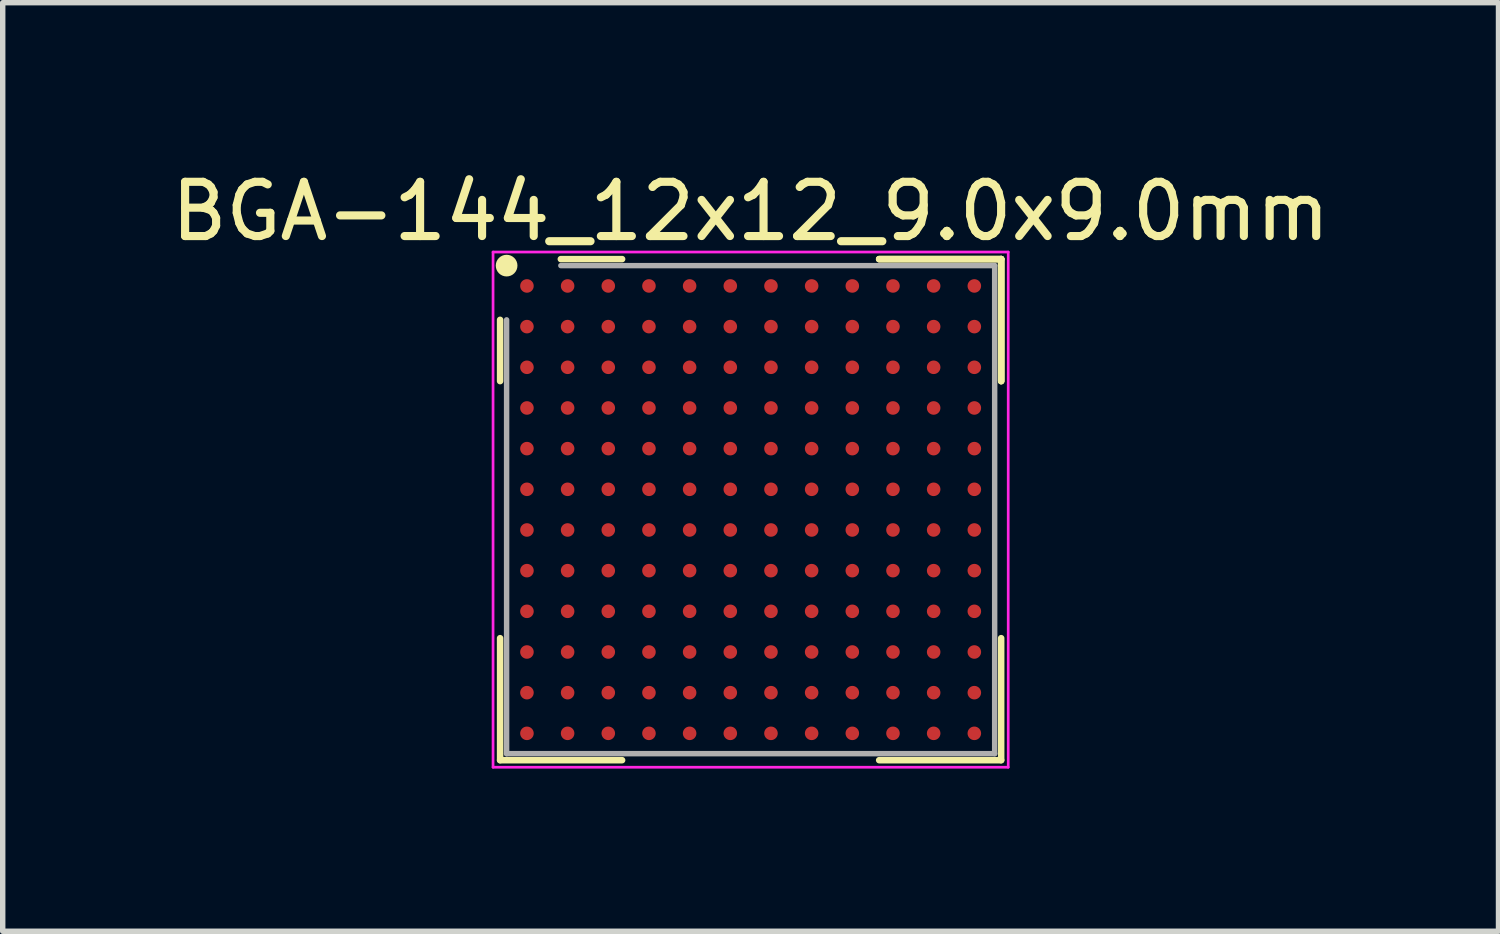
<source format=kicad_pcb>
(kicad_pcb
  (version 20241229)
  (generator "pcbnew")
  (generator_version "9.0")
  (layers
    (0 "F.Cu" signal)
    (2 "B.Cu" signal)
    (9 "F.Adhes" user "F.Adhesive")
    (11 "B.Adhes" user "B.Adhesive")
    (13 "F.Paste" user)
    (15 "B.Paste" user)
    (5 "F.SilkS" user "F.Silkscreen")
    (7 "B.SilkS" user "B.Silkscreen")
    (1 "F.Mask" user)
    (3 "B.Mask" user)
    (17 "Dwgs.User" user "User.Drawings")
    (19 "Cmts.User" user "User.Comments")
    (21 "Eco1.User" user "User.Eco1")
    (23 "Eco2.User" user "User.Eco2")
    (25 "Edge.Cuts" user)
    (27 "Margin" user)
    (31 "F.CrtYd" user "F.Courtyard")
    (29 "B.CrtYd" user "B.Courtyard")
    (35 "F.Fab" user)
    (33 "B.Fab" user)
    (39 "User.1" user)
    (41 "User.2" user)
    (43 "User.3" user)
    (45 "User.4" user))
  (footprint "BGA-144_12x12_9.0x9.0mm"
    (layer "F.Cu")
    (at 10.792 6.348)
    (property "Reference" "BGA-144_12x12_9.0x9.0mm" (at 0 -5.5 0) (layer "F.SilkS") (effects (font (size 1 1) (thickness 0.15))))
    (attr smd)
    (fp_line (start -4.62 -3.5) (end -4.62 -2.37) (stroke (width 0.12) (type solid)) (layer "F.SilkS"))
    (fp_line (start -4.62 4.62) (end -4.62 2.37) (stroke (width 0.12) (type solid)) (layer "F.SilkS"))
    (fp_line (start -2.37 -4.62) (end -3.5 -4.62) (stroke (width 0.12) (type solid)) (layer "F.SilkS"))
    (fp_line (start -2.37 4.62) (end -4.62 4.62) (stroke (width 0.12) (type solid)) (layer "F.SilkS"))
    (fp_line (start 2.37 -4.62) (end 4.62 -4.62) (stroke (width 0.12) (type solid)) (layer "F.SilkS"))
    (fp_line (start 2.37 -4.62) (end 4.62 -4.62) (stroke (width 0.12) (type solid)) (layer "F.SilkS"))
    (fp_line (start 2.37 -4.62) (end 4.62 -4.62) (stroke (width 0.12) (type solid)) (layer "F.SilkS"))
    (fp_line (start 2.37 4.62) (end 4.62 4.62) (stroke (width 0.12) (type solid)) (layer "F.SilkS"))
    (fp_line (start 4.62 -4.62) (end 4.62 -2.37) (stroke (width 0.12) (type solid)) (layer "F.SilkS"))
    (fp_line (start 4.62 -4.62) (end 4.62 -2.37) (stroke (width 0.12) (type solid)) (layer "F.SilkS"))
    (fp_line (start 4.62 -4.62) (end 4.62 -2.37) (stroke (width 0.12) (type solid)) (layer "F.SilkS"))
    (fp_line (start 4.62 4.62) (end 4.62 2.37) (stroke (width 0.12) (type solid)) (layer "F.SilkS"))
    (fp_circle (center -4.5 -4.5) (end -4.5 -4.4) (stroke (width 0.2) (type solid)) (fill no) (layer "F.SilkS"))
    (fp_line (start -4.75 -4.75) (end 4.75 -4.75) (stroke (width 0.05) (type solid)) (layer "F.CrtYd"))
    (fp_line (start -4.75 4.75) (end -4.75 -4.75) (stroke (width 0.05) (type solid)) (layer "F.CrtYd"))
    (fp_line (start 4.75 -4.75) (end 4.75 4.75) (stroke (width 0.05) (type solid)) (layer "F.CrtYd"))
    (fp_line (start 4.75 4.75) (end -4.75 4.75) (stroke (width 0.05) (type solid)) (layer "F.CrtYd"))
    (fp_line (start -4.5 -3.5) (end -4.5 4.5) (stroke (width 0.1) (type solid)) (layer "F.Fab"))
    (fp_line (start -4.5 4.5) (end 4.5 4.5) (stroke (width 0.1) (type solid)) (layer "F.Fab"))
    (fp_line (start 4.5 -4.5) (end -3.5 -4.5) (stroke (width 0.1) (type solid)) (layer "F.Fab"))
    (fp_line (start 4.5 4.5) (end 4.5 -4.5) (stroke (width 0.1) (type solid)) (layer "F.Fab"))
    (pad "A1" smd circle (at -4.125 -4.125) (size 0.25 0.25) (layers "F.Cu" "F.Mask" "F.Paste"))
    (pad "A2" smd circle (at -3.375 -4.125) (size 0.25 0.25) (layers "F.Cu" "F.Mask" "F.Paste"))
    (pad "A3" smd circle (at -2.625 -4.125) (size 0.25 0.25) (layers "F.Cu" "F.Mask" "F.Paste"))
    (pad "A4" smd circle (at -1.875 -4.125) (size 0.25 0.25) (layers "F.Cu" "F.Mask" "F.Paste"))
    (pad "A5" smd circle (at -1.125 -4.125) (size 0.25 0.25) (layers "F.Cu" "F.Mask" "F.Paste"))
    (pad "A6" smd circle (at -0.375 -4.125) (size 0.25 0.25) (layers "F.Cu" "F.Mask" "F.Paste"))
    (pad "A7" smd circle (at 0.375 -4.125) (size 0.25 0.25) (layers "F.Cu" "F.Mask" "F.Paste"))
    (pad "A8" smd circle (at 1.125 -4.125) (size 0.25 0.25) (layers "F.Cu" "F.Mask" "F.Paste"))
    (pad "A9" smd circle (at 1.875 -4.125) (size 0.25 0.25) (layers "F.Cu" "F.Mask" "F.Paste"))
    (pad "A10" smd circle (at 2.625 -4.125) (size 0.25 0.25) (layers "F.Cu" "F.Mask" "F.Paste"))
    (pad "A11" smd circle (at 3.375 -4.125) (size 0.25 0.25) (layers "F.Cu" "F.Mask" "F.Paste"))
    (pad "A12" smd circle (at 4.125 -4.125) (size 0.25 0.25) (layers "F.Cu" "F.Mask" "F.Paste"))
    (pad "B1" smd circle (at -4.125 -3.375) (size 0.25 0.25) (layers "F.Cu" "F.Mask" "F.Paste"))
    (pad "B2" smd circle (at -3.375 -3.375) (size 0.25 0.25) (layers "F.Cu" "F.Mask" "F.Paste"))
    (pad "B3" smd circle (at -2.625 -3.375) (size 0.25 0.25) (layers "F.Cu" "F.Mask" "F.Paste"))
    (pad "B4" smd circle (at -1.875 -3.375) (size 0.25 0.25) (layers "F.Cu" "F.Mask" "F.Paste"))
    (pad "B5" smd circle (at -1.125 -3.375) (size 0.25 0.25) (layers "F.Cu" "F.Mask" "F.Paste"))
    (pad "B6" smd circle (at -0.375 -3.375) (size 0.25 0.25) (layers "F.Cu" "F.Mask" "F.Paste"))
    (pad "B7" smd circle (at 0.375 -3.375) (size 0.25 0.25) (layers "F.Cu" "F.Mask" "F.Paste"))
    (pad "B8" smd circle (at 1.125 -3.375) (size 0.25 0.25) (layers "F.Cu" "F.Mask" "F.Paste"))
    (pad "B9" smd circle (at 1.875 -3.375) (size 0.25 0.25) (layers "F.Cu" "F.Mask" "F.Paste"))
    (pad "B10" smd circle (at 2.625 -3.375) (size 0.25 0.25) (layers "F.Cu" "F.Mask" "F.Paste"))
    (pad "B11" smd circle (at 3.375 -3.375) (size 0.25 0.25) (layers "F.Cu" "F.Mask" "F.Paste"))
    (pad "B12" smd circle (at 4.125 -3.375) (size 0.25 0.25) (layers "F.Cu" "F.Mask" "F.Paste"))
    (pad "C1" smd circle (at -4.125 -2.625) (size 0.25 0.25) (layers "F.Cu" "F.Mask" "F.Paste"))
    (pad "C2" smd circle (at -3.375 -2.625) (size 0.25 0.25) (layers "F.Cu" "F.Mask" "F.Paste"))
    (pad "C3" smd circle (at -2.625 -2.625) (size 0.25 0.25) (layers "F.Cu" "F.Mask" "F.Paste"))
    (pad "C4" smd circle (at -1.875 -2.625) (size 0.25 0.25) (layers "F.Cu" "F.Mask" "F.Paste"))
    (pad "C5" smd circle (at -1.125 -2.625) (size 0.25 0.25) (layers "F.Cu" "F.Mask" "F.Paste"))
    (pad "C6" smd circle (at -0.375 -2.625) (size 0.25 0.25) (layers "F.Cu" "F.Mask" "F.Paste"))
    (pad "C7" smd circle (at 0.375 -2.625) (size 0.25 0.25) (layers "F.Cu" "F.Mask" "F.Paste"))
    (pad "C8" smd circle (at 1.125 -2.625) (size 0.25 0.25) (layers "F.Cu" "F.Mask" "F.Paste"))
    (pad "C9" smd circle (at 1.875 -2.625) (size 0.25 0.25) (layers "F.Cu" "F.Mask" "F.Paste"))
    (pad "C10" smd circle (at 2.625 -2.625) (size 0.25 0.25) (layers "F.Cu" "F.Mask" "F.Paste"))
    (pad "C11" smd circle (at 3.375 -2.625) (size 0.25 0.25) (layers "F.Cu" "F.Mask" "F.Paste"))
    (pad "C12" smd circle (at 4.125 -2.625) (size 0.25 0.25) (layers "F.Cu" "F.Mask" "F.Paste"))
    (pad "D1" smd circle (at -4.125 -1.875) (size 0.25 0.25) (layers "F.Cu" "F.Mask" "F.Paste"))
    (pad "D2" smd circle (at -3.375 -1.875) (size 0.25 0.25) (layers "F.Cu" "F.Mask" "F.Paste"))
    (pad "D3" smd circle (at -2.625 -1.875) (size 0.25 0.25) (layers "F.Cu" "F.Mask" "F.Paste"))
    (pad "D4" smd circle (at -1.875 -1.875) (size 0.25 0.25) (layers "F.Cu" "F.Mask" "F.Paste"))
    (pad "D5" smd circle (at -1.125 -1.875) (size 0.25 0.25) (layers "F.Cu" "F.Mask" "F.Paste"))
    (pad "D6" smd circle (at -0.375 -1.875) (size 0.25 0.25) (layers "F.Cu" "F.Mask" "F.Paste"))
    (pad "D7" smd circle (at 0.375 -1.875) (size 0.25 0.25) (layers "F.Cu" "F.Mask" "F.Paste"))
    (pad "D8" smd circle (at 1.125 -1.875) (size 0.25 0.25) (layers "F.Cu" "F.Mask" "F.Paste"))
    (pad "D9" smd circle (at 1.875 -1.875) (size 0.25 0.25) (layers "F.Cu" "F.Mask" "F.Paste"))
    (pad "D10" smd circle (at 2.625 -1.875) (size 0.25 0.25) (layers "F.Cu" "F.Mask" "F.Paste"))
    (pad "D11" smd circle (at 3.375 -1.875) (size 0.25 0.25) (layers "F.Cu" "F.Mask" "F.Paste"))
    (pad "D12" smd circle (at 4.125 -1.875) (size 0.25 0.25) (layers "F.Cu" "F.Mask" "F.Paste"))
    (pad "E1" smd circle (at -4.125 -1.125) (size 0.25 0.25) (layers "F.Cu" "F.Mask" "F.Paste"))
    (pad "E2" smd circle (at -3.375 -1.125) (size 0.25 0.25) (layers "F.Cu" "F.Mask" "F.Paste"))
    (pad "E3" smd circle (at -2.625 -1.125) (size 0.25 0.25) (layers "F.Cu" "F.Mask" "F.Paste"))
    (pad "E4" smd circle (at -1.875 -1.125) (size 0.25 0.25) (layers "F.Cu" "F.Mask" "F.Paste"))
    (pad "E5" smd circle (at -1.125 -1.125) (size 0.25 0.25) (layers "F.Cu" "F.Mask" "F.Paste"))
    (pad "E6" smd circle (at -0.375 -1.125) (size 0.25 0.25) (layers "F.Cu" "F.Mask" "F.Paste"))
    (pad "E7" smd circle (at 0.375 -1.125) (size 0.25 0.25) (layers "F.Cu" "F.Mask" "F.Paste"))
    (pad "E8" smd circle (at 1.125 -1.125) (size 0.25 0.25) (layers "F.Cu" "F.Mask" "F.Paste"))
    (pad "E9" smd circle (at 1.875 -1.125) (size 0.25 0.25) (layers "F.Cu" "F.Mask" "F.Paste"))
    (pad "E10" smd circle (at 2.625 -1.125) (size 0.25 0.25) (layers "F.Cu" "F.Mask" "F.Paste"))
    (pad "E11" smd circle (at 3.375 -1.125) (size 0.25 0.25) (layers "F.Cu" "F.Mask" "F.Paste"))
    (pad "E12" smd circle (at 4.125 -1.125) (size 0.25 0.25) (layers "F.Cu" "F.Mask" "F.Paste"))
    (pad "F1" smd circle (at -4.125 -0.375) (size 0.25 0.25) (layers "F.Cu" "F.Mask" "F.Paste"))
    (pad "F2" smd circle (at -3.375 -0.375) (size 0.25 0.25) (layers "F.Cu" "F.Mask" "F.Paste"))
    (pad "F3" smd circle (at -2.625 -0.375) (size 0.25 0.25) (layers "F.Cu" "F.Mask" "F.Paste"))
    (pad "F4" smd circle (at -1.875 -0.375) (size 0.25 0.25) (layers "F.Cu" "F.Mask" "F.Paste"))
    (pad "F5" smd circle (at -1.125 -0.375) (size 0.25 0.25) (layers "F.Cu" "F.Mask" "F.Paste"))
    (pad "F6" smd circle (at -0.375 -0.375) (size 0.25 0.25) (layers "F.Cu" "F.Mask" "F.Paste"))
    (pad "F7" smd circle (at 0.375 -0.375) (size 0.25 0.25) (layers "F.Cu" "F.Mask" "F.Paste"))
    (pad "F8" smd circle (at 1.125 -0.375) (size 0.25 0.25) (layers "F.Cu" "F.Mask" "F.Paste"))
    (pad "F9" smd circle (at 1.875 -0.375) (size 0.25 0.25) (layers "F.Cu" "F.Mask" "F.Paste"))
    (pad "F10" smd circle (at 2.625 -0.375) (size 0.25 0.25) (layers "F.Cu" "F.Mask" "F.Paste"))
    (pad "F11" smd circle (at 3.375 -0.375) (size 0.25 0.25) (layers "F.Cu" "F.Mask" "F.Paste"))
    (pad "F12" smd circle (at 4.125 -0.375) (size 0.25 0.25) (layers "F.Cu" "F.Mask" "F.Paste"))
    (pad "G1" smd circle (at -4.125 0.375) (size 0.25 0.25) (layers "F.Cu" "F.Mask" "F.Paste"))
    (pad "G2" smd circle (at -3.375 0.375) (size 0.25 0.25) (layers "F.Cu" "F.Mask" "F.Paste"))
    (pad "G3" smd circle (at -2.625 0.375) (size 0.25 0.25) (layers "F.Cu" "F.Mask" "F.Paste"))
    (pad "G4" smd circle (at -1.875 0.375) (size 0.25 0.25) (layers "F.Cu" "F.Mask" "F.Paste"))
    (pad "G5" smd circle (at -1.125 0.375) (size 0.25 0.25) (layers "F.Cu" "F.Mask" "F.Paste"))
    (pad "G6" smd circle (at -0.375 0.375) (size 0.25 0.25) (layers "F.Cu" "F.Mask" "F.Paste"))
    (pad "G7" smd circle (at 0.375 0.375) (size 0.25 0.25) (layers "F.Cu" "F.Mask" "F.Paste"))
    (pad "G8" smd circle (at 1.125 0.375) (size 0.25 0.25) (layers "F.Cu" "F.Mask" "F.Paste"))
    (pad "G9" smd circle (at 1.875 0.375) (size 0.25 0.25) (layers "F.Cu" "F.Mask" "F.Paste"))
    (pad "G10" smd circle (at 2.625 0.375) (size 0.25 0.25) (layers "F.Cu" "F.Mask" "F.Paste"))
    (pad "G11" smd circle (at 3.375 0.375) (size 0.25 0.25) (layers "F.Cu" "F.Mask" "F.Paste"))
    (pad "G12" smd circle (at 4.125 0.375) (size 0.25 0.25) (layers "F.Cu" "F.Mask" "F.Paste"))
    (pad "H1" smd circle (at -4.125 1.125) (size 0.25 0.25) (layers "F.Cu" "F.Mask" "F.Paste"))
    (pad "H2" smd circle (at -3.375 1.125) (size 0.25 0.25) (layers "F.Cu" "F.Mask" "F.Paste"))
    (pad "H3" smd circle (at -2.625 1.125) (size 0.25 0.25) (layers "F.Cu" "F.Mask" "F.Paste"))
    (pad "H4" smd circle (at -1.875 1.125) (size 0.25 0.25) (layers "F.Cu" "F.Mask" "F.Paste"))
    (pad "H5" smd circle (at -1.125 1.125) (size 0.25 0.25) (layers "F.Cu" "F.Mask" "F.Paste"))
    (pad "H6" smd circle (at -0.375 1.125) (size 0.25 0.25) (layers "F.Cu" "F.Mask" "F.Paste"))
    (pad "H7" smd circle (at 0.375 1.125) (size 0.25 0.25) (layers "F.Cu" "F.Mask" "F.Paste"))
    (pad "H8" smd circle (at 1.125 1.125) (size 0.25 0.25) (layers "F.Cu" "F.Mask" "F.Paste"))
    (pad "H9" smd circle (at 1.875 1.125) (size 0.25 0.25) (layers "F.Cu" "F.Mask" "F.Paste"))
    (pad "H10" smd circle (at 2.625 1.125) (size 0.25 0.25) (layers "F.Cu" "F.Mask" "F.Paste"))
    (pad "H11" smd circle (at 3.375 1.125) (size 0.25 0.25) (layers "F.Cu" "F.Mask" "F.Paste"))
    (pad "H12" smd circle (at 4.125 1.125) (size 0.25 0.25) (layers "F.Cu" "F.Mask" "F.Paste"))
    (pad "J1" smd circle (at -4.125 1.875) (size 0.25 0.25) (layers "F.Cu" "F.Mask" "F.Paste"))
    (pad "J2" smd circle (at -3.375 1.875) (size 0.25 0.25) (layers "F.Cu" "F.Mask" "F.Paste"))
    (pad "J3" smd circle (at -2.625 1.875) (size 0.25 0.25) (layers "F.Cu" "F.Mask" "F.Paste"))
    (pad "J4" smd circle (at -1.875 1.875) (size 0.25 0.25) (layers "F.Cu" "F.Mask" "F.Paste"))
    (pad "J5" smd circle (at -1.125 1.875) (size 0.25 0.25) (layers "F.Cu" "F.Mask" "F.Paste"))
    (pad "J6" smd circle (at -0.375 1.875) (size 0.25 0.25) (layers "F.Cu" "F.Mask" "F.Paste"))
    (pad "J7" smd circle (at 0.375 1.875) (size 0.25 0.25) (layers "F.Cu" "F.Mask" "F.Paste"))
    (pad "J8" smd circle (at 1.125 1.875) (size 0.25 0.25) (layers "F.Cu" "F.Mask" "F.Paste"))
    (pad "J9" smd circle (at 1.875 1.875) (size 0.25 0.25) (layers "F.Cu" "F.Mask" "F.Paste"))
    (pad "J10" smd circle (at 2.625 1.875) (size 0.25 0.25) (layers "F.Cu" "F.Mask" "F.Paste"))
    (pad "J11" smd circle (at 3.375 1.875) (size 0.25 0.25) (layers "F.Cu" "F.Mask" "F.Paste"))
    (pad "J12" smd circle (at 4.125 1.875) (size 0.25 0.25) (layers "F.Cu" "F.Mask" "F.Paste"))
    (pad "K1" smd circle (at -4.125 2.625) (size 0.25 0.25) (layers "F.Cu" "F.Mask" "F.Paste"))
    (pad "K2" smd circle (at -3.375 2.625) (size 0.25 0.25) (layers "F.Cu" "F.Mask" "F.Paste"))
    (pad "K3" smd circle (at -2.625 2.625) (size 0.25 0.25) (layers "F.Cu" "F.Mask" "F.Paste"))
    (pad "K4" smd circle (at -1.875 2.625) (size 0.25 0.25) (layers "F.Cu" "F.Mask" "F.Paste"))
    (pad "K5" smd circle (at -1.125 2.625) (size 0.25 0.25) (layers "F.Cu" "F.Mask" "F.Paste"))
    (pad "K6" smd circle (at -0.375 2.625) (size 0.25 0.25) (layers "F.Cu" "F.Mask" "F.Paste"))
    (pad "K7" smd circle (at 0.375 2.625) (size 0.25 0.25) (layers "F.Cu" "F.Mask" "F.Paste"))
    (pad "K8" smd circle (at 1.125 2.625) (size 0.25 0.25) (layers "F.Cu" "F.Mask" "F.Paste"))
    (pad "K9" smd circle (at 1.875 2.625) (size 0.25 0.25) (layers "F.Cu" "F.Mask" "F.Paste"))
    (pad "K10" smd circle (at 2.625 2.625) (size 0.25 0.25) (layers "F.Cu" "F.Mask" "F.Paste"))
    (pad "K11" smd circle (at 3.375 2.625) (size 0.25 0.25) (layers "F.Cu" "F.Mask" "F.Paste"))
    (pad "K12" smd circle (at 4.125 2.625) (size 0.25 0.25) (layers "F.Cu" "F.Mask" "F.Paste"))
    (pad "L1" smd circle (at -4.125 3.375) (size 0.25 0.25) (layers "F.Cu" "F.Mask" "F.Paste"))
    (pad "L2" smd circle (at -3.375 3.375) (size 0.25 0.25) (layers "F.Cu" "F.Mask" "F.Paste"))
    (pad "L3" smd circle (at -2.625 3.375) (size 0.25 0.25) (layers "F.Cu" "F.Mask" "F.Paste"))
    (pad "L4" smd circle (at -1.875 3.375) (size 0.25 0.25) (layers "F.Cu" "F.Mask" "F.Paste"))
    (pad "L5" smd circle (at -1.125 3.375) (size 0.25 0.25) (layers "F.Cu" "F.Mask" "F.Paste"))
    (pad "L6" smd circle (at -0.375 3.375) (size 0.25 0.25) (layers "F.Cu" "F.Mask" "F.Paste"))
    (pad "L7" smd circle (at 0.375 3.375) (size 0.25 0.25) (layers "F.Cu" "F.Mask" "F.Paste"))
    (pad "L8" smd circle (at 1.125 3.375) (size 0.25 0.25) (layers "F.Cu" "F.Mask" "F.Paste"))
    (pad "L9" smd circle (at 1.875 3.375) (size 0.25 0.25) (layers "F.Cu" "F.Mask" "F.Paste"))
    (pad "L10" smd circle (at 2.625 3.375) (size 0.25 0.25) (layers "F.Cu" "F.Mask" "F.Paste"))
    (pad "L11" smd circle (at 3.375 3.375) (size 0.25 0.25) (layers "F.Cu" "F.Mask" "F.Paste"))
    (pad "L12" smd circle (at 4.125 3.375) (size 0.25 0.25) (layers "F.Cu" "F.Mask" "F.Paste"))
    (pad "M1" smd circle (at -4.125 4.125) (size 0.25 0.25) (layers "F.Cu" "F.Mask" "F.Paste"))
    (pad "M2" smd circle (at -3.375 4.125) (size 0.25 0.25) (layers "F.Cu" "F.Mask" "F.Paste"))
    (pad "M3" smd circle (at -2.625 4.125) (size 0.25 0.25) (layers "F.Cu" "F.Mask" "F.Paste"))
    (pad "M4" smd circle (at -1.875 4.125) (size 0.25 0.25) (layers "F.Cu" "F.Mask" "F.Paste"))
    (pad "M5" smd circle (at -1.125 4.125) (size 0.25 0.25) (layers "F.Cu" "F.Mask" "F.Paste"))
    (pad "M6" smd circle (at -0.375 4.125) (size 0.25 0.25) (layers "F.Cu" "F.Mask" "F.Paste"))
    (pad "M7" smd circle (at 0.375 4.125) (size 0.25 0.25) (layers "F.Cu" "F.Mask" "F.Paste"))
    (pad "M8" smd circle (at 1.125 4.125) (size 0.25 0.25) (layers "F.Cu" "F.Mask" "F.Paste"))
    (pad "M9" smd circle (at 1.875 4.125) (size 0.25 0.25) (layers "F.Cu" "F.Mask" "F.Paste"))
    (pad "M10" smd circle (at 2.625 4.125) (size 0.25 0.25) (layers "F.Cu" "F.Mask" "F.Paste"))
    (pad "M11" smd circle (at 3.375 4.125) (size 0.25 0.25) (layers "F.Cu" "F.Mask" "F.Paste"))
    (pad "M12" smd circle (at 4.125 4.125) (size 0.25 0.25) (layers "F.Cu" "F.Mask" "F.Paste")))
  (gr_rect
    (start -3 -3)
    (end 24.583 14.123)
    (stroke (width 0.1) (type default))
    (fill no)
    (layer "Edge.Cuts")))
</source>
